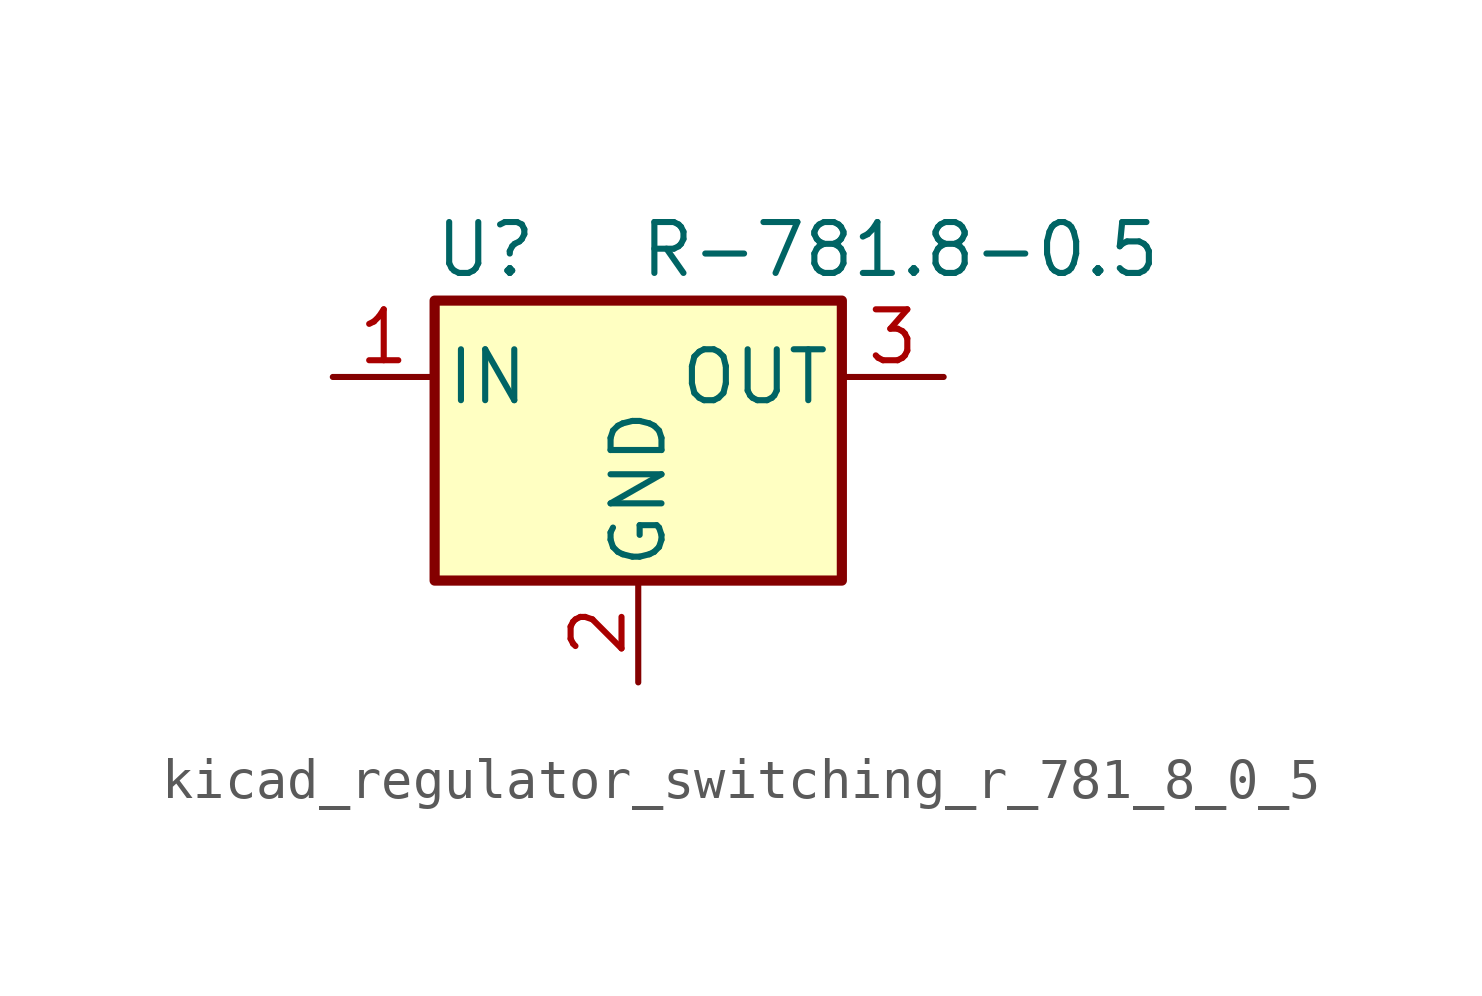
<source format=kicad_sym>
(kicad_symbol_lib
  (version 20220914)
  (generator kicad_symbol_editor)
  (symbol "kicad_regulator_switching_r_781_8_0_5"
    (pin_names
      (offset 0.254))
    (property "Reference" "U"
      (at -3.81 3.175 0)
      (effects (font (size 1.27 1.27))))
    (property "Value" "R-781.8-0.5"
      (at 0 3.175 0)
      (effects (font (size 1.27 1.27)) (justify left)))
    (symbol "kicad_regulator_switching_r_781_8_0_5_0_1"
      (rectangle (start -5.08 1.905) (end 5.08 -5.08) (stroke (width 0.254) (type default)) (fill (type background))))
    (symbol "kicad_regulator_switching_r_781_8_0_5_1_1"
      (pin power_in line (at -7.62 0 0) (length 2.54) (name "IN" (effects (font (size 1.27 1.27)))) (number "1" (effects (font (size 1.27 1.27)))))
      (pin power_in line (at 0 -7.62 90) (length 2.54) (name "GND" (effects (font (size 1.27 1.27)))) (number "2" (effects (font (size 1.27 1.27)))))
      (pin power_out line (at 7.62 0 180) (length 2.54) (name "OUT" (effects (font (size 1.27 1.27)))) (number "3" (effects (font (size 1.27 1.27))))))))
</source>
